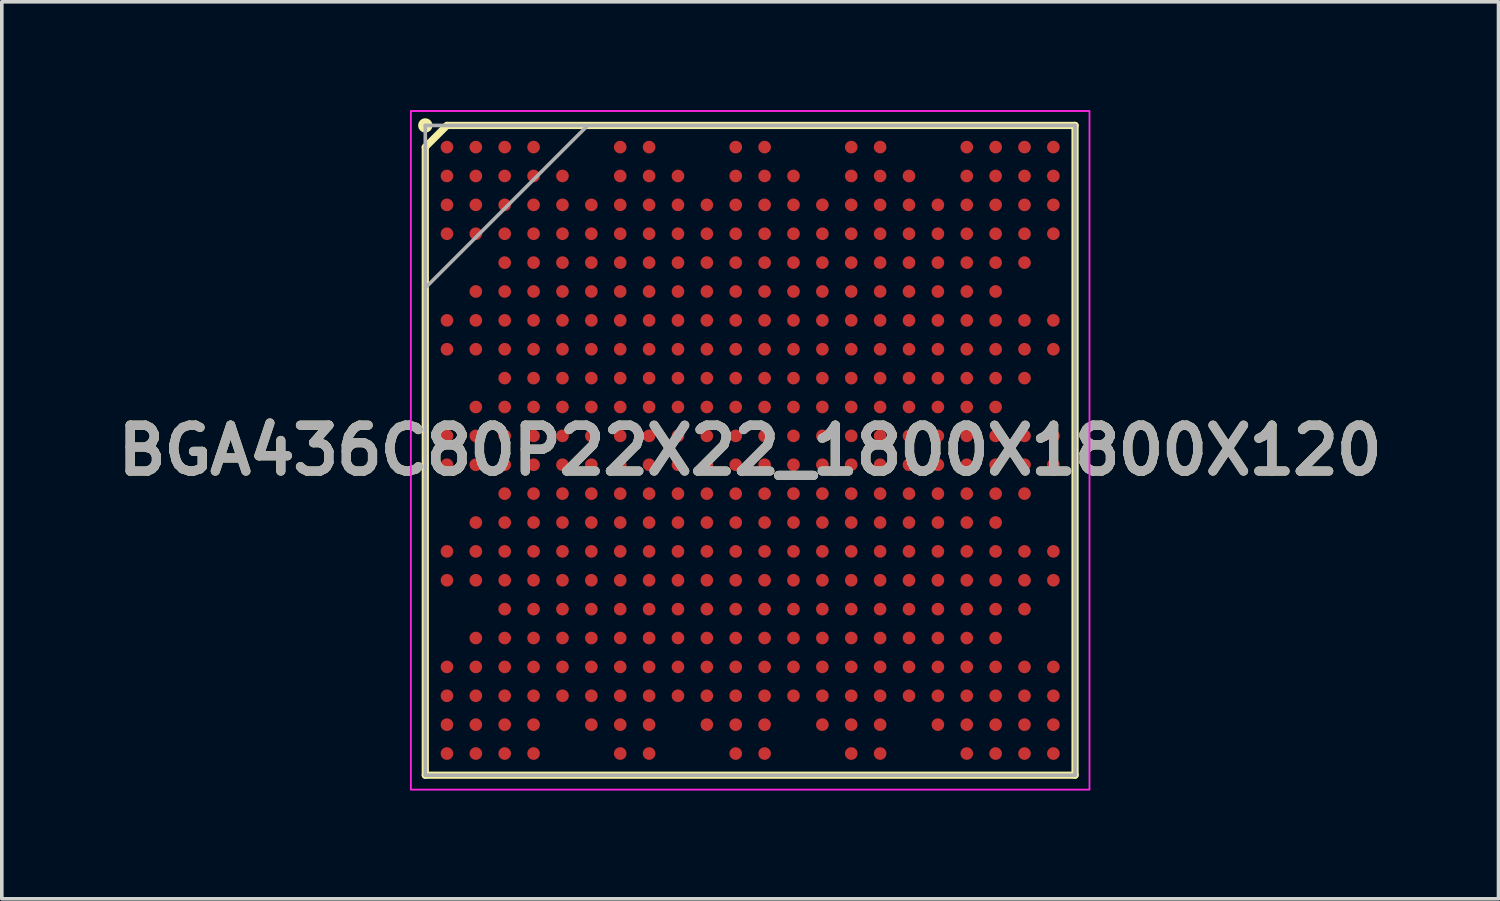
<source format=kicad_pcb>
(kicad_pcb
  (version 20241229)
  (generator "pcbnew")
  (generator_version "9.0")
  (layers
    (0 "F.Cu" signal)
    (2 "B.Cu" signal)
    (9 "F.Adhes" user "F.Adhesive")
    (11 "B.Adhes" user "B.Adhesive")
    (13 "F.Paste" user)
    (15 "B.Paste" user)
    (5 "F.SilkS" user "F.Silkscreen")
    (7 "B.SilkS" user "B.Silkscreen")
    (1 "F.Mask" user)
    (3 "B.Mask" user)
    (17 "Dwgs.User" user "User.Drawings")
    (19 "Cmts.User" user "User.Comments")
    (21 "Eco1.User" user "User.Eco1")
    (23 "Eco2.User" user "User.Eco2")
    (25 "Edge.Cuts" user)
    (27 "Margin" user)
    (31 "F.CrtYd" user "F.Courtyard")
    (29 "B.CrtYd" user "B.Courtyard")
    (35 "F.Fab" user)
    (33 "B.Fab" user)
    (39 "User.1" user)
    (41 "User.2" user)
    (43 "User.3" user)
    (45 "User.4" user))
  (footprint "BGA436C80P22X22_1800X1800X120"
    (layer "F.Cu")
    (at 17.732 9.425)
    (property "Reference" "BGA436C80P22X22_1800X1800X120" (at 0 0 0) (layer "F.SilkS") (effects (font (size 1.27 1.27) (thickness 0.254))))
    (attr smd)
    (fp_line (start -9 -8.4) (end -8.4 -9) (stroke (width 0.2) (type solid)) (layer "F.SilkS"))
    (fp_line (start -9 9) (end -9 -8.4) (stroke (width 0.2) (type solid)) (layer "F.SilkS"))
    (fp_line (start -8.4 -9) (end 9 -9) (stroke (width 0.2) (type solid)) (layer "F.SilkS"))
    (fp_line (start 9 -9) (end 9 9) (stroke (width 0.2) (type solid)) (layer "F.SilkS"))
    (fp_line (start 9 9) (end -9 9) (stroke (width 0.2) (type solid)) (layer "F.SilkS"))
    (fp_circle (center -9 -9) (end -9 -8.9) (stroke (width 0.2) (type solid)) (fill no) (layer "F.SilkS"))
    (fp_rect (start -9.4 -9.4) (end 9.4 9.4) (stroke (width 0.05) (type default)) (fill no) (layer "F.CrtYd"))
    (fp_line (start -9 -9) (end 9 -9) (stroke (width 0.1) (type solid)) (layer "F.Fab"))
    (fp_line (start -9 -4.5) (end -4.5 -9) (stroke (width 0.1) (type solid)) (layer "F.Fab"))
    (fp_line (start -9 9) (end -9 -9) (stroke (width 0.1) (type solid)) (layer "F.Fab"))
    (fp_line (start 9 -9) (end 9 9) (stroke (width 0.1) (type solid)) (layer "F.Fab"))
    (fp_line (start 9 9) (end -9 9) (stroke (width 0.1) (type solid)) (layer "F.Fab"))
    (fp_text user "${REFERENCE}" (at 0 0 0) (layer "F.Fab") (effects (font (size 1.27 1.27) (thickness 0.254))))
    (pad "A1" smd circle (at -8.4 -8.4 90) (size 0.35 0.35) (layers "F.Cu" "F.Mask" "F.Paste"))
    (pad "A2" smd circle (at -7.6 -8.4 90) (size 0.35 0.35) (layers "F.Cu" "F.Mask" "F.Paste"))
    (pad "A3" smd circle (at -6.8 -8.4 90) (size 0.35 0.35) (layers "F.Cu" "F.Mask" "F.Paste"))
    (pad "A4" smd circle (at -6 -8.4 90) (size 0.35 0.35) (layers "F.Cu" "F.Mask" "F.Paste"))
    (pad "A7" smd circle (at -3.6 -8.4 90) (size 0.35 0.35) (layers "F.Cu" "F.Mask" "F.Paste"))
    (pad "A8" smd circle (at -2.8 -8.4 90) (size 0.35 0.35) (layers "F.Cu" "F.Mask" "F.Paste"))
    (pad "A11" smd circle (at -0.4 -8.4 90) (size 0.35 0.35) (layers "F.Cu" "F.Mask" "F.Paste"))
    (pad "A12" smd circle (at 0.4 -8.4 90) (size 0.35 0.35) (layers "F.Cu" "F.Mask" "F.Paste"))
    (pad "A15" smd circle (at 2.8 -8.4 90) (size 0.35 0.35) (layers "F.Cu" "F.Mask" "F.Paste"))
    (pad "A16" smd circle (at 3.6 -8.4 90) (size 0.35 0.35) (layers "F.Cu" "F.Mask" "F.Paste"))
    (pad "A19" smd circle (at 6 -8.4 90) (size 0.35 0.35) (layers "F.Cu" "F.Mask" "F.Paste"))
    (pad "A20" smd circle (at 6.8 -8.4 90) (size 0.35 0.35) (layers "F.Cu" "F.Mask" "F.Paste"))
    (pad "A21" smd circle (at 7.6 -8.4 90) (size 0.35 0.35) (layers "F.Cu" "F.Mask" "F.Paste"))
    (pad "A22" smd circle (at 8.4 -8.4 90) (size 0.35 0.35) (layers "F.Cu" "F.Mask" "F.Paste"))
    (pad "AA1" smd circle (at -8.4 7.6 90) (size 0.35 0.35) (layers "F.Cu" "F.Mask" "F.Paste"))
    (pad "AA2" smd circle (at -7.6 7.6 90) (size 0.35 0.35) (layers "F.Cu" "F.Mask" "F.Paste"))
    (pad "AA3" smd circle (at -6.8 7.6 90) (size 0.35 0.35) (layers "F.Cu" "F.Mask" "F.Paste"))
    (pad "AA4" smd circle (at -6 7.6 90) (size 0.35 0.35) (layers "F.Cu" "F.Mask" "F.Paste"))
    (pad "AA6" smd circle (at -4.4 7.6 90) (size 0.35 0.35) (layers "F.Cu" "F.Mask" "F.Paste"))
    (pad "AA7" smd circle (at -3.6 7.6 90) (size 0.35 0.35) (layers "F.Cu" "F.Mask" "F.Paste"))
    (pad "AA8" smd circle (at -2.8 7.6 90) (size 0.35 0.35) (layers "F.Cu" "F.Mask" "F.Paste"))
    (pad "AA10" smd circle (at -1.2 7.6 90) (size 0.35 0.35) (layers "F.Cu" "F.Mask" "F.Paste"))
    (pad "AA11" smd circle (at -0.4 7.6 90) (size 0.35 0.35) (layers "F.Cu" "F.Mask" "F.Paste"))
    (pad "AA12" smd circle (at 0.4 7.6 90) (size 0.35 0.35) (layers "F.Cu" "F.Mask" "F.Paste"))
    (pad "AA14" smd circle (at 2 7.6 90) (size 0.35 0.35) (layers "F.Cu" "F.Mask" "F.Paste"))
    (pad "AA15" smd circle (at 2.8 7.6 90) (size 0.35 0.35) (layers "F.Cu" "F.Mask" "F.Paste"))
    (pad "AA16" smd circle (at 3.6 7.6 90) (size 0.35 0.35) (layers "F.Cu" "F.Mask" "F.Paste"))
    (pad "AA18" smd circle (at 5.2 7.6 90) (size 0.35 0.35) (layers "F.Cu" "F.Mask" "F.Paste"))
    (pad "AA19" smd circle (at 6 7.6 90) (size 0.35 0.35) (layers "F.Cu" "F.Mask" "F.Paste"))
    (pad "AA20" smd circle (at 6.8 7.6 90) (size 0.35 0.35) (layers "F.Cu" "F.Mask" "F.Paste"))
    (pad "AA21" smd circle (at 7.6 7.6 90) (size 0.35 0.35) (layers "F.Cu" "F.Mask" "F.Paste"))
    (pad "AA22" smd circle (at 8.4 7.6 90) (size 0.35 0.35) (layers "F.Cu" "F.Mask" "F.Paste"))
    (pad "AB1" smd circle (at -8.4 8.4 90) (size 0.35 0.35) (layers "F.Cu" "F.Mask" "F.Paste"))
    (pad "AB2" smd circle (at -7.6 8.4 90) (size 0.35 0.35) (layers "F.Cu" "F.Mask" "F.Paste"))
    (pad "AB3" smd circle (at -6.8 8.4 90) (size 0.35 0.35) (layers "F.Cu" "F.Mask" "F.Paste"))
    (pad "AB4" smd circle (at -6 8.4 90) (size 0.35 0.35) (layers "F.Cu" "F.Mask" "F.Paste"))
    (pad "AB7" smd circle (at -3.6 8.4 90) (size 0.35 0.35) (layers "F.Cu" "F.Mask" "F.Paste"))
    (pad "AB8" smd circle (at -2.8 8.4 90) (size 0.35 0.35) (layers "F.Cu" "F.Mask" "F.Paste"))
    (pad "AB11" smd circle (at -0.4 8.4 90) (size 0.35 0.35) (layers "F.Cu" "F.Mask" "F.Paste"))
    (pad "AB12" smd circle (at 0.4 8.4 90) (size 0.35 0.35) (layers "F.Cu" "F.Mask" "F.Paste"))
    (pad "AB15" smd circle (at 2.8 8.4 90) (size 0.35 0.35) (layers "F.Cu" "F.Mask" "F.Paste"))
    (pad "AB16" smd circle (at 3.6 8.4 90) (size 0.35 0.35) (layers "F.Cu" "F.Mask" "F.Paste"))
    (pad "AB19" smd circle (at 6 8.4 90) (size 0.35 0.35) (layers "F.Cu" "F.Mask" "F.Paste"))
    (pad "AB20" smd circle (at 6.8 8.4 90) (size 0.35 0.35) (layers "F.Cu" "F.Mask" "F.Paste"))
    (pad "AB21" smd circle (at 7.6 8.4 90) (size 0.35 0.35) (layers "F.Cu" "F.Mask" "F.Paste"))
    (pad "AB22" smd circle (at 8.4 8.4 90) (size 0.35 0.35) (layers "F.Cu" "F.Mask" "F.Paste"))
    (pad "B1" smd circle (at -8.4 -7.6 90) (size 0.35 0.35) (layers "F.Cu" "F.Mask" "F.Paste"))
    (pad "B2" smd circle (at -7.6 -7.6 90) (size 0.35 0.35) (layers "F.Cu" "F.Mask" "F.Paste"))
    (pad "B3" smd circle (at -6.8 -7.6 90) (size 0.35 0.35) (layers "F.Cu" "F.Mask" "F.Paste"))
    (pad "B4" smd circle (at -6 -7.6 90) (size 0.35 0.35) (layers "F.Cu" "F.Mask" "F.Paste"))
    (pad "B5" smd circle (at -5.2 -7.6 90) (size 0.35 0.35) (layers "F.Cu" "F.Mask" "F.Paste"))
    (pad "B7" smd circle (at -3.6 -7.6 90) (size 0.35 0.35) (layers "F.Cu" "F.Mask" "F.Paste"))
    (pad "B8" smd circle (at -2.8 -7.6 90) (size 0.35 0.35) (layers "F.Cu" "F.Mask" "F.Paste"))
    (pad "B9" smd circle (at -2 -7.6 90) (size 0.35 0.35) (layers "F.Cu" "F.Mask" "F.Paste"))
    (pad "B11" smd circle (at -0.4 -7.6 90) (size 0.35 0.35) (layers "F.Cu" "F.Mask" "F.Paste"))
    (pad "B12" smd circle (at 0.4 -7.6 90) (size 0.35 0.35) (layers "F.Cu" "F.Mask" "F.Paste"))
    (pad "B13" smd circle (at 1.2 -7.6 90) (size 0.35 0.35) (layers "F.Cu" "F.Mask" "F.Paste"))
    (pad "B15" smd circle (at 2.8 -7.6 90) (size 0.35 0.35) (layers "F.Cu" "F.Mask" "F.Paste"))
    (pad "B16" smd circle (at 3.6 -7.6 90) (size 0.35 0.35) (layers "F.Cu" "F.Mask" "F.Paste"))
    (pad "B17" smd circle (at 4.4 -7.6 90) (size 0.35 0.35) (layers "F.Cu" "F.Mask" "F.Paste"))
    (pad "B19" smd circle (at 6 -7.6 90) (size 0.35 0.35) (layers "F.Cu" "F.Mask" "F.Paste"))
    (pad "B20" smd circle (at 6.8 -7.6 90) (size 0.35 0.35) (layers "F.Cu" "F.Mask" "F.Paste"))
    (pad "B21" smd circle (at 7.6 -7.6 90) (size 0.35 0.35) (layers "F.Cu" "F.Mask" "F.Paste"))
    (pad "B22" smd circle (at 8.4 -7.6 90) (size 0.35 0.35) (layers "F.Cu" "F.Mask" "F.Paste"))
    (pad "C1" smd circle (at -8.4 -6.8 90) (size 0.35 0.35) (layers "F.Cu" "F.Mask" "F.Paste"))
    (pad "C2" smd circle (at -7.6 -6.8 90) (size 0.35 0.35) (layers "F.Cu" "F.Mask" "F.Paste"))
    (pad "C3" smd circle (at -6.8 -6.8 90) (size 0.35 0.35) (layers "F.Cu" "F.Mask" "F.Paste"))
    (pad "C4" smd circle (at -6 -6.8 90) (size 0.35 0.35) (layers "F.Cu" "F.Mask" "F.Paste"))
    (pad "C5" smd circle (at -5.2 -6.8 90) (size 0.35 0.35) (layers "F.Cu" "F.Mask" "F.Paste"))
    (pad "C6" smd circle (at -4.4 -6.8 90) (size 0.35 0.35) (layers "F.Cu" "F.Mask" "F.Paste"))
    (pad "C7" smd circle (at -3.6 -6.8 90) (size 0.35 0.35) (layers "F.Cu" "F.Mask" "F.Paste"))
    (pad "C8" smd circle (at -2.8 -6.8 90) (size 0.35 0.35) (layers "F.Cu" "F.Mask" "F.Paste"))
    (pad "C9" smd circle (at -2 -6.8 90) (size 0.35 0.35) (layers "F.Cu" "F.Mask" "F.Paste"))
    (pad "C10" smd circle (at -1.2 -6.8 90) (size 0.35 0.35) (layers "F.Cu" "F.Mask" "F.Paste"))
    (pad "C11" smd circle (at -0.4 -6.8 90) (size 0.35 0.35) (layers "F.Cu" "F.Mask" "F.Paste"))
    (pad "C12" smd circle (at 0.4 -6.8 90) (size 0.35 0.35) (layers "F.Cu" "F.Mask" "F.Paste"))
    (pad "C13" smd circle (at 1.2 -6.8 90) (size 0.35 0.35) (layers "F.Cu" "F.Mask" "F.Paste"))
    (pad "C14" smd circle (at 2 -6.8 90) (size 0.35 0.35) (layers "F.Cu" "F.Mask" "F.Paste"))
    (pad "C15" smd circle (at 2.8 -6.8 90) (size 0.35 0.35) (layers "F.Cu" "F.Mask" "F.Paste"))
    (pad "C16" smd circle (at 3.6 -6.8 90) (size 0.35 0.35) (layers "F.Cu" "F.Mask" "F.Paste"))
    (pad "C17" smd circle (at 4.4 -6.8 90) (size 0.35 0.35) (layers "F.Cu" "F.Mask" "F.Paste"))
    (pad "C18" smd circle (at 5.2 -6.8 90) (size 0.35 0.35) (layers "F.Cu" "F.Mask" "F.Paste"))
    (pad "C19" smd circle (at 6 -6.8 90) (size 0.35 0.35) (layers "F.Cu" "F.Mask" "F.Paste"))
    (pad "C20" smd circle (at 6.8 -6.8 90) (size 0.35 0.35) (layers "F.Cu" "F.Mask" "F.Paste"))
    (pad "C21" smd circle (at 7.6 -6.8 90) (size 0.35 0.35) (layers "F.Cu" "F.Mask" "F.Paste"))
    (pad "C22" smd circle (at 8.4 -6.8 90) (size 0.35 0.35) (layers "F.Cu" "F.Mask" "F.Paste"))
    (pad "D1" smd circle (at -8.4 -6 90) (size 0.35 0.35) (layers "F.Cu" "F.Mask" "F.Paste"))
    (pad "D2" smd circle (at -7.6 -6 90) (size 0.35 0.35) (layers "F.Cu" "F.Mask" "F.Paste"))
    (pad "D3" smd circle (at -6.8 -6 90) (size 0.35 0.35) (layers "F.Cu" "F.Mask" "F.Paste"))
    (pad "D4" smd circle (at -6 -6 90) (size 0.35 0.35) (layers "F.Cu" "F.Mask" "F.Paste"))
    (pad "D5" smd circle (at -5.2 -6 90) (size 0.35 0.35) (layers "F.Cu" "F.Mask" "F.Paste"))
    (pad "D6" smd circle (at -4.4 -6 90) (size 0.35 0.35) (layers "F.Cu" "F.Mask" "F.Paste"))
    (pad "D7" smd circle (at -3.6 -6 90) (size 0.35 0.35) (layers "F.Cu" "F.Mask" "F.Paste"))
    (pad "D8" smd circle (at -2.8 -6 90) (size 0.35 0.35) (layers "F.Cu" "F.Mask" "F.Paste"))
    (pad "D9" smd circle (at -2 -6 90) (size 0.35 0.35) (layers "F.Cu" "F.Mask" "F.Paste"))
    (pad "D10" smd circle (at -1.2 -6 90) (size 0.35 0.35) (layers "F.Cu" "F.Mask" "F.Paste"))
    (pad "D11" smd circle (at -0.4 -6 90) (size 0.35 0.35) (layers "F.Cu" "F.Mask" "F.Paste"))
    (pad "D12" smd circle (at 0.4 -6 90) (size 0.35 0.35) (layers "F.Cu" "F.Mask" "F.Paste"))
    (pad "D13" smd circle (at 1.2 -6 90) (size 0.35 0.35) (layers "F.Cu" "F.Mask" "F.Paste"))
    (pad "D14" smd circle (at 2 -6 90) (size 0.35 0.35) (layers "F.Cu" "F.Mask" "F.Paste"))
    (pad "D15" smd circle (at 2.8 -6 90) (size 0.35 0.35) (layers "F.Cu" "F.Mask" "F.Paste"))
    (pad "D16" smd circle (at 3.6 -6 90) (size 0.35 0.35) (layers "F.Cu" "F.Mask" "F.Paste"))
    (pad "D17" smd circle (at 4.4 -6 90) (size 0.35 0.35) (layers "F.Cu" "F.Mask" "F.Paste"))
    (pad "D18" smd circle (at 5.2 -6 90) (size 0.35 0.35) (layers "F.Cu" "F.Mask" "F.Paste"))
    (pad "D19" smd circle (at 6 -6 90) (size 0.35 0.35) (layers "F.Cu" "F.Mask" "F.Paste"))
    (pad "D20" smd circle (at 6.8 -6 90) (size 0.35 0.35) (layers "F.Cu" "F.Mask" "F.Paste"))
    (pad "D21" smd circle (at 7.6 -6 90) (size 0.35 0.35) (layers "F.Cu" "F.Mask" "F.Paste"))
    (pad "D22" smd circle (at 8.4 -6 90) (size 0.35 0.35) (layers "F.Cu" "F.Mask" "F.Paste"))
    (pad "E3" smd circle (at -6.8 -5.2 90) (size 0.35 0.35) (layers "F.Cu" "F.Mask" "F.Paste"))
    (pad "E4" smd circle (at -6 -5.2 90) (size 0.35 0.35) (layers "F.Cu" "F.Mask" "F.Paste"))
    (pad "E5" smd circle (at -5.2 -5.2 90) (size 0.35 0.35) (layers "F.Cu" "F.Mask" "F.Paste"))
    (pad "E6" smd circle (at -4.4 -5.2 90) (size 0.35 0.35) (layers "F.Cu" "F.Mask" "F.Paste"))
    (pad "E7" smd circle (at -3.6 -5.2 90) (size 0.35 0.35) (layers "F.Cu" "F.Mask" "F.Paste"))
    (pad "E8" smd circle (at -2.8 -5.2 90) (size 0.35 0.35) (layers "F.Cu" "F.Mask" "F.Paste"))
    (pad "E9" smd circle (at -2 -5.2 90) (size 0.35 0.35) (layers "F.Cu" "F.Mask" "F.Paste"))
    (pad "E10" smd circle (at -1.2 -5.2 90) (size 0.35 0.35) (layers "F.Cu" "F.Mask" "F.Paste"))
    (pad "E11" smd circle (at -0.4 -5.2 90) (size 0.35 0.35) (layers "F.Cu" "F.Mask" "F.Paste"))
    (pad "E12" smd circle (at 0.4 -5.2 90) (size 0.35 0.35) (layers "F.Cu" "F.Mask" "F.Paste"))
    (pad "E13" smd circle (at 1.2 -5.2 90) (size 0.35 0.35) (layers "F.Cu" "F.Mask" "F.Paste"))
    (pad "E14" smd circle (at 2 -5.2 90) (size 0.35 0.35) (layers "F.Cu" "F.Mask" "F.Paste"))
    (pad "E15" smd circle (at 2.8 -5.2 90) (size 0.35 0.35) (layers "F.Cu" "F.Mask" "F.Paste"))
    (pad "E16" smd circle (at 3.6 -5.2 90) (size 0.35 0.35) (layers "F.Cu" "F.Mask" "F.Paste"))
    (pad "E17" smd circle (at 4.4 -5.2 90) (size 0.35 0.35) (layers "F.Cu" "F.Mask" "F.Paste"))
    (pad "E18" smd circle (at 5.2 -5.2 90) (size 0.35 0.35) (layers "F.Cu" "F.Mask" "F.Paste"))
    (pad "E19" smd circle (at 6 -5.2 90) (size 0.35 0.35) (layers "F.Cu" "F.Mask" "F.Paste"))
    (pad "E20" smd circle (at 6.8 -5.2 90) (size 0.35 0.35) (layers "F.Cu" "F.Mask" "F.Paste"))
    (pad "E21" smd circle (at 7.6 -5.2 90) (size 0.35 0.35) (layers "F.Cu" "F.Mask" "F.Paste"))
    (pad "F2" smd circle (at -7.6 -4.4 90) (size 0.35 0.35) (layers "F.Cu" "F.Mask" "F.Paste"))
    (pad "F3" smd circle (at -6.8 -4.4 90) (size 0.35 0.35) (layers "F.Cu" "F.Mask" "F.Paste"))
    (pad "F4" smd circle (at -6 -4.4 90) (size 0.35 0.35) (layers "F.Cu" "F.Mask" "F.Paste"))
    (pad "F5" smd circle (at -5.2 -4.4 90) (size 0.35 0.35) (layers "F.Cu" "F.Mask" "F.Paste"))
    (pad "F6" smd circle (at -4.4 -4.4 90) (size 0.35 0.35) (layers "F.Cu" "F.Mask" "F.Paste"))
    (pad "F7" smd circle (at -3.6 -4.4 90) (size 0.35 0.35) (layers "F.Cu" "F.Mask" "F.Paste"))
    (pad "F8" smd circle (at -2.8 -4.4 90) (size 0.35 0.35) (layers "F.Cu" "F.Mask" "F.Paste"))
    (pad "F9" smd circle (at -2 -4.4 90) (size 0.35 0.35) (layers "F.Cu" "F.Mask" "F.Paste"))
    (pad "F10" smd circle (at -1.2 -4.4 90) (size 0.35 0.35) (layers "F.Cu" "F.Mask" "F.Paste"))
    (pad "F11" smd circle (at -0.4 -4.4 90) (size 0.35 0.35) (layers "F.Cu" "F.Mask" "F.Paste"))
    (pad "F12" smd circle (at 0.4 -4.4 90) (size 0.35 0.35) (layers "F.Cu" "F.Mask" "F.Paste"))
    (pad "F13" smd circle (at 1.2 -4.4 90) (size 0.35 0.35) (layers "F.Cu" "F.Mask" "F.Paste"))
    (pad "F14" smd circle (at 2 -4.4 90) (size 0.35 0.35) (layers "F.Cu" "F.Mask" "F.Paste"))
    (pad "F15" smd circle (at 2.8 -4.4 90) (size 0.35 0.35) (layers "F.Cu" "F.Mask" "F.Paste"))
    (pad "F16" smd circle (at 3.6 -4.4 90) (size 0.35 0.35) (layers "F.Cu" "F.Mask" "F.Paste"))
    (pad "F17" smd circle (at 4.4 -4.4 90) (size 0.35 0.35) (layers "F.Cu" "F.Mask" "F.Paste"))
    (pad "F18" smd circle (at 5.2 -4.4 90) (size 0.35 0.35) (layers "F.Cu" "F.Mask" "F.Paste"))
    (pad "F19" smd circle (at 6 -4.4 90) (size 0.35 0.35) (layers "F.Cu" "F.Mask" "F.Paste"))
    (pad "F20" smd circle (at 6.8 -4.4 90) (size 0.35 0.35) (layers "F.Cu" "F.Mask" "F.Paste"))
    (pad "G1" smd circle (at -8.4 -3.6 90) (size 0.35 0.35) (layers "F.Cu" "F.Mask" "F.Paste"))
    (pad "G2" smd circle (at -7.6 -3.6 90) (size 0.35 0.35) (layers "F.Cu" "F.Mask" "F.Paste"))
    (pad "G3" smd circle (at -6.8 -3.6 90) (size 0.35 0.35) (layers "F.Cu" "F.Mask" "F.Paste"))
    (pad "G4" smd circle (at -6 -3.6 90) (size 0.35 0.35) (layers "F.Cu" "F.Mask" "F.Paste"))
    (pad "G5" smd circle (at -5.2 -3.6 90) (size 0.35 0.35) (layers "F.Cu" "F.Mask" "F.Paste"))
    (pad "G6" smd circle (at -4.4 -3.6 90) (size 0.35 0.35) (layers "F.Cu" "F.Mask" "F.Paste"))
    (pad "G7" smd circle (at -3.6 -3.6 90) (size 0.35 0.35) (layers "F.Cu" "F.Mask" "F.Paste"))
    (pad "G8" smd circle (at -2.8 -3.6 90) (size 0.35 0.35) (layers "F.Cu" "F.Mask" "F.Paste"))
    (pad "G9" smd circle (at -2 -3.6 90) (size 0.35 0.35) (layers "F.Cu" "F.Mask" "F.Paste"))
    (pad "G10" smd circle (at -1.2 -3.6 90) (size 0.35 0.35) (layers "F.Cu" "F.Mask" "F.Paste"))
    (pad "G11" smd circle (at -0.4 -3.6 90) (size 0.35 0.35) (layers "F.Cu" "F.Mask" "F.Paste"))
    (pad "G12" smd circle (at 0.4 -3.6 90) (size 0.35 0.35) (layers "F.Cu" "F.Mask" "F.Paste"))
    (pad "G13" smd circle (at 1.2 -3.6 90) (size 0.35 0.35) (layers "F.Cu" "F.Mask" "F.Paste"))
    (pad "G14" smd circle (at 2 -3.6 90) (size 0.35 0.35) (layers "F.Cu" "F.Mask" "F.Paste"))
    (pad "G15" smd circle (at 2.8 -3.6 90) (size 0.35 0.35) (layers "F.Cu" "F.Mask" "F.Paste"))
    (pad "G16" smd circle (at 3.6 -3.6 90) (size 0.35 0.35) (layers "F.Cu" "F.Mask" "F.Paste"))
    (pad "G17" smd circle (at 4.4 -3.6 90) (size 0.35 0.35) (layers "F.Cu" "F.Mask" "F.Paste"))
    (pad "G18" smd circle (at 5.2 -3.6 90) (size 0.35 0.35) (layers "F.Cu" "F.Mask" "F.Paste"))
    (pad "G19" smd circle (at 6 -3.6 90) (size 0.35 0.35) (layers "F.Cu" "F.Mask" "F.Paste"))
    (pad "G20" smd circle (at 6.8 -3.6 90) (size 0.35 0.35) (layers "F.Cu" "F.Mask" "F.Paste"))
    (pad "G21" smd circle (at 7.6 -3.6 90) (size 0.35 0.35) (layers "F.Cu" "F.Mask" "F.Paste"))
    (pad "G22" smd circle (at 8.4 -3.6 90) (size 0.35 0.35) (layers "F.Cu" "F.Mask" "F.Paste"))
    (pad "H1" smd circle (at -8.4 -2.8 90) (size 0.35 0.35) (layers "F.Cu" "F.Mask" "F.Paste"))
    (pad "H2" smd circle (at -7.6 -2.8 90) (size 0.35 0.35) (layers "F.Cu" "F.Mask" "F.Paste"))
    (pad "H3" smd circle (at -6.8 -2.8 90) (size 0.35 0.35) (layers "F.Cu" "F.Mask" "F.Paste"))
    (pad "H4" smd circle (at -6 -2.8 90) (size 0.35 0.35) (layers "F.Cu" "F.Mask" "F.Paste"))
    (pad "H5" smd circle (at -5.2 -2.8 90) (size 0.35 0.35) (layers "F.Cu" "F.Mask" "F.Paste"))
    (pad "H6" smd circle (at -4.4 -2.8 90) (size 0.35 0.35) (layers "F.Cu" "F.Mask" "F.Paste"))
    (pad "H7" smd circle (at -3.6 -2.8 90) (size 0.35 0.35) (layers "F.Cu" "F.Mask" "F.Paste"))
    (pad "H8" smd circle (at -2.8 -2.8 90) (size 0.35 0.35) (layers "F.Cu" "F.Mask" "F.Paste"))
    (pad "H9" smd circle (at -2 -2.8 90) (size 0.35 0.35) (layers "F.Cu" "F.Mask" "F.Paste"))
    (pad "H10" smd circle (at -1.2 -2.8 90) (size 0.35 0.35) (layers "F.Cu" "F.Mask" "F.Paste"))
    (pad "H11" smd circle (at -0.4 -2.8 90) (size 0.35 0.35) (layers "F.Cu" "F.Mask" "F.Paste"))
    (pad "H12" smd circle (at 0.4 -2.8 90) (size 0.35 0.35) (layers "F.Cu" "F.Mask" "F.Paste"))
    (pad "H13" smd circle (at 1.2 -2.8 90) (size 0.35 0.35) (layers "F.Cu" "F.Mask" "F.Paste"))
    (pad "H14" smd circle (at 2 -2.8 90) (size 0.35 0.35) (layers "F.Cu" "F.Mask" "F.Paste"))
    (pad "H15" smd circle (at 2.8 -2.8 90) (size 0.35 0.35) (layers "F.Cu" "F.Mask" "F.Paste"))
    (pad "H16" smd circle (at 3.6 -2.8 90) (size 0.35 0.35) (layers "F.Cu" "F.Mask" "F.Paste"))
    (pad "H17" smd circle (at 4.4 -2.8 90) (size 0.35 0.35) (layers "F.Cu" "F.Mask" "F.Paste"))
    (pad "H18" smd circle (at 5.2 -2.8 90) (size 0.35 0.35) (layers "F.Cu" "F.Mask" "F.Paste"))
    (pad "H19" smd circle (at 6 -2.8 90) (size 0.35 0.35) (layers "F.Cu" "F.Mask" "F.Paste"))
    (pad "H20" smd circle (at 6.8 -2.8 90) (size 0.35 0.35) (layers "F.Cu" "F.Mask" "F.Paste"))
    (pad "H21" smd circle (at 7.6 -2.8 90) (size 0.35 0.35) (layers "F.Cu" "F.Mask" "F.Paste"))
    (pad "H22" smd circle (at 8.4 -2.8 90) (size 0.35 0.35) (layers "F.Cu" "F.Mask" "F.Paste"))
    (pad "J3" smd circle (at -6.8 -2 90) (size 0.35 0.35) (layers "F.Cu" "F.Mask" "F.Paste"))
    (pad "J4" smd circle (at -6 -2 90) (size 0.35 0.35) (layers "F.Cu" "F.Mask" "F.Paste"))
    (pad "J5" smd circle (at -5.2 -2 90) (size 0.35 0.35) (layers "F.Cu" "F.Mask" "F.Paste"))
    (pad "J6" smd circle (at -4.4 -2 90) (size 0.35 0.35) (layers "F.Cu" "F.Mask" "F.Paste"))
    (pad "J7" smd circle (at -3.6 -2 90) (size 0.35 0.35) (layers "F.Cu" "F.Mask" "F.Paste"))
    (pad "J8" smd circle (at -2.8 -2 90) (size 0.35 0.35) (layers "F.Cu" "F.Mask" "F.Paste"))
    (pad "J9" smd circle (at -2 -2 90) (size 0.35 0.35) (layers "F.Cu" "F.Mask" "F.Paste"))
    (pad "J10" smd circle (at -1.2 -2 90) (size 0.35 0.35) (layers "F.Cu" "F.Mask" "F.Paste"))
    (pad "J11" smd circle (at -0.4 -2 90) (size 0.35 0.35) (layers "F.Cu" "F.Mask" "F.Paste"))
    (pad "J12" smd circle (at 0.4 -2 90) (size 0.35 0.35) (layers "F.Cu" "F.Mask" "F.Paste"))
    (pad "J13" smd circle (at 1.2 -2 90) (size 0.35 0.35) (layers "F.Cu" "F.Mask" "F.Paste"))
    (pad "J14" smd circle (at 2 -2 90) (size 0.35 0.35) (layers "F.Cu" "F.Mask" "F.Paste"))
    (pad "J15" smd circle (at 2.8 -2 90) (size 0.35 0.35) (layers "F.Cu" "F.Mask" "F.Paste"))
    (pad "J16" smd circle (at 3.6 -2 90) (size 0.35 0.35) (layers "F.Cu" "F.Mask" "F.Paste"))
    (pad "J17" smd circle (at 4.4 -2 90) (size 0.35 0.35) (layers "F.Cu" "F.Mask" "F.Paste"))
    (pad "J18" smd circle (at 5.2 -2 90) (size 0.35 0.35) (layers "F.Cu" "F.Mask" "F.Paste"))
    (pad "J19" smd circle (at 6 -2 90) (size 0.35 0.35) (layers "F.Cu" "F.Mask" "F.Paste"))
    (pad "J20" smd circle (at 6.8 -2 90) (size 0.35 0.35) (layers "F.Cu" "F.Mask" "F.Paste"))
    (pad "J21" smd circle (at 7.6 -2 90) (size 0.35 0.35) (layers "F.Cu" "F.Mask" "F.Paste"))
    (pad "K2" smd circle (at -7.6 -1.2 90) (size 0.35 0.35) (layers "F.Cu" "F.Mask" "F.Paste"))
    (pad "K3" smd circle (at -6.8 -1.2 90) (size 0.35 0.35) (layers "F.Cu" "F.Mask" "F.Paste"))
    (pad "K4" smd circle (at -6 -1.2 90) (size 0.35 0.35) (layers "F.Cu" "F.Mask" "F.Paste"))
    (pad "K5" smd circle (at -5.2 -1.2 90) (size 0.35 0.35) (layers "F.Cu" "F.Mask" "F.Paste"))
    (pad "K6" smd circle (at -4.4 -1.2 90) (size 0.35 0.35) (layers "F.Cu" "F.Mask" "F.Paste"))
    (pad "K7" smd circle (at -3.6 -1.2 90) (size 0.35 0.35) (layers "F.Cu" "F.Mask" "F.Paste"))
    (pad "K8" smd circle (at -2.8 -1.2 90) (size 0.35 0.35) (layers "F.Cu" "F.Mask" "F.Paste"))
    (pad "K9" smd circle (at -2 -1.2 90) (size 0.35 0.35) (layers "F.Cu" "F.Mask" "F.Paste"))
    (pad "K10" smd circle (at -1.2 -1.2 90) (size 0.35 0.35) (layers "F.Cu" "F.Mask" "F.Paste"))
    (pad "K11" smd circle (at -0.4 -1.2 90) (size 0.35 0.35) (layers "F.Cu" "F.Mask" "F.Paste"))
    (pad "K12" smd circle (at 0.4 -1.2 90) (size 0.35 0.35) (layers "F.Cu" "F.Mask" "F.Paste"))
    (pad "K13" smd circle (at 1.2 -1.2 90) (size 0.35 0.35) (layers "F.Cu" "F.Mask" "F.Paste"))
    (pad "K14" smd circle (at 2 -1.2 90) (size 0.35 0.35) (layers "F.Cu" "F.Mask" "F.Paste"))
    (pad "K15" smd circle (at 2.8 -1.2 90) (size 0.35 0.35) (layers "F.Cu" "F.Mask" "F.Paste"))
    (pad "K16" smd circle (at 3.6 -1.2 90) (size 0.35 0.35) (layers "F.Cu" "F.Mask" "F.Paste"))
    (pad "K17" smd circle (at 4.4 -1.2 90) (size 0.35 0.35) (layers "F.Cu" "F.Mask" "F.Paste"))
    (pad "K18" smd circle (at 5.2 -1.2 90) (size 0.35 0.35) (layers "F.Cu" "F.Mask" "F.Paste"))
    (pad "K19" smd circle (at 6 -1.2 90) (size 0.35 0.35) (layers "F.Cu" "F.Mask" "F.Paste"))
    (pad "K20" smd circle (at 6.8 -1.2 90) (size 0.35 0.35) (layers "F.Cu" "F.Mask" "F.Paste"))
    (pad "L1" smd circle (at -8.4 -0.4 90) (size 0.35 0.35) (layers "F.Cu" "F.Mask" "F.Paste"))
    (pad "L2" smd circle (at -7.6 -0.4 90) (size 0.35 0.35) (layers "F.Cu" "F.Mask" "F.Paste"))
    (pad "L3" smd circle (at -6.8 -0.4 90) (size 0.35 0.35) (layers "F.Cu" "F.Mask" "F.Paste"))
    (pad "L4" smd circle (at -6 -0.4 90) (size 0.35 0.35) (layers "F.Cu" "F.Mask" "F.Paste"))
    (pad "L5" smd circle (at -5.2 -0.4 90) (size 0.35 0.35) (layers "F.Cu" "F.Mask" "F.Paste"))
    (pad "L6" smd circle (at -4.4 -0.4 90) (size 0.35 0.35) (layers "F.Cu" "F.Mask" "F.Paste"))
    (pad "L7" smd circle (at -3.6 -0.4 90) (size 0.35 0.35) (layers "F.Cu" "F.Mask" "F.Paste"))
    (pad "L8" smd circle (at -2.8 -0.4 90) (size 0.35 0.35) (layers "F.Cu" "F.Mask" "F.Paste"))
    (pad "L9" smd circle (at -2 -0.4 90) (size 0.35 0.35) (layers "F.Cu" "F.Mask" "F.Paste"))
    (pad "L10" smd circle (at -1.2 -0.4 90) (size 0.35 0.35) (layers "F.Cu" "F.Mask" "F.Paste"))
    (pad "L11" smd circle (at -0.4 -0.4 90) (size 0.35 0.35) (layers "F.Cu" "F.Mask" "F.Paste"))
    (pad "L12" smd circle (at 0.4 -0.4 90) (size 0.35 0.35) (layers "F.Cu" "F.Mask" "F.Paste"))
    (pad "L13" smd circle (at 1.2 -0.4 90) (size 0.35 0.35) (layers "F.Cu" "F.Mask" "F.Paste"))
    (pad "L14" smd circle (at 2 -0.4 90) (size 0.35 0.35) (layers "F.Cu" "F.Mask" "F.Paste"))
    (pad "L15" smd circle (at 2.8 -0.4 90) (size 0.35 0.35) (layers "F.Cu" "F.Mask" "F.Paste"))
    (pad "L16" smd circle (at 3.6 -0.4 90) (size 0.35 0.35) (layers "F.Cu" "F.Mask" "F.Paste"))
    (pad "L17" smd circle (at 4.4 -0.4 90) (size 0.35 0.35) (layers "F.Cu" "F.Mask" "F.Paste"))
    (pad "L18" smd circle (at 5.2 -0.4 90) (size 0.35 0.35) (layers "F.Cu" "F.Mask" "F.Paste"))
    (pad "L19" smd circle (at 6 -0.4 90) (size 0.35 0.35) (layers "F.Cu" "F.Mask" "F.Paste"))
    (pad "L20" smd circle (at 6.8 -0.4 90) (size 0.35 0.35) (layers "F.Cu" "F.Mask" "F.Paste"))
    (pad "L21" smd circle (at 7.6 -0.4 90) (size 0.35 0.35) (layers "F.Cu" "F.Mask" "F.Paste"))
    (pad "L22" smd circle (at 8.4 -0.4 90) (size 0.35 0.35) (layers "F.Cu" "F.Mask" "F.Paste"))
    (pad "M1" smd circle (at -8.4 0.4 90) (size 0.35 0.35) (layers "F.Cu" "F.Mask" "F.Paste"))
    (pad "M2" smd circle (at -7.6 0.4 90) (size 0.35 0.35) (layers "F.Cu" "F.Mask" "F.Paste"))
    (pad "M3" smd circle (at -6.8 0.4 90) (size 0.35 0.35) (layers "F.Cu" "F.Mask" "F.Paste"))
    (pad "M4" smd circle (at -6 0.4 90) (size 0.35 0.35) (layers "F.Cu" "F.Mask" "F.Paste"))
    (pad "M5" smd circle (at -5.2 0.4 90) (size 0.35 0.35) (layers "F.Cu" "F.Mask" "F.Paste"))
    (pad "M6" smd circle (at -4.4 0.4 90) (size 0.35 0.35) (layers "F.Cu" "F.Mask" "F.Paste"))
    (pad "M7" smd circle (at -3.6 0.4 90) (size 0.35 0.35) (layers "F.Cu" "F.Mask" "F.Paste"))
    (pad "M8" smd circle (at -2.8 0.4 90) (size 0.35 0.35) (layers "F.Cu" "F.Mask" "F.Paste"))
    (pad "M9" smd circle (at -2 0.4 90) (size 0.35 0.35) (layers "F.Cu" "F.Mask" "F.Paste"))
    (pad "M10" smd circle (at -1.2 0.4 90) (size 0.35 0.35) (layers "F.Cu" "F.Mask" "F.Paste"))
    (pad "M11" smd circle (at -0.4 0.4 90) (size 0.35 0.35) (layers "F.Cu" "F.Mask" "F.Paste"))
    (pad "M12" smd circle (at 0.4 0.4 90) (size 0.35 0.35) (layers "F.Cu" "F.Mask" "F.Paste"))
    (pad "M13" smd circle (at 1.2 0.4 90) (size 0.35 0.35) (layers "F.Cu" "F.Mask" "F.Paste"))
    (pad "M14" smd circle (at 2 0.4 90) (size 0.35 0.35) (layers "F.Cu" "F.Mask" "F.Paste"))
    (pad "M15" smd circle (at 2.8 0.4 90) (size 0.35 0.35) (layers "F.Cu" "F.Mask" "F.Paste"))
    (pad "M16" smd circle (at 3.6 0.4 90) (size 0.35 0.35) (layers "F.Cu" "F.Mask" "F.Paste"))
    (pad "M17" smd circle (at 4.4 0.4 90) (size 0.35 0.35) (layers "F.Cu" "F.Mask" "F.Paste"))
    (pad "M18" smd circle (at 5.2 0.4 90) (size 0.35 0.35) (layers "F.Cu" "F.Mask" "F.Paste"))
    (pad "M19" smd circle (at 6 0.4 90) (size 0.35 0.35) (layers "F.Cu" "F.Mask" "F.Paste"))
    (pad "M20" smd circle (at 6.8 0.4 90) (size 0.35 0.35) (layers "F.Cu" "F.Mask" "F.Paste"))
    (pad "M21" smd circle (at 7.6 0.4 90) (size 0.35 0.35) (layers "F.Cu" "F.Mask" "F.Paste"))
    (pad "M22" smd circle (at 8.4 0.4 90) (size 0.35 0.35) (layers "F.Cu" "F.Mask" "F.Paste"))
    (pad "N3" smd circle (at -6.8 1.2 90) (size 0.35 0.35) (layers "F.Cu" "F.Mask" "F.Paste"))
    (pad "N4" smd circle (at -6 1.2 90) (size 0.35 0.35) (layers "F.Cu" "F.Mask" "F.Paste"))
    (pad "N5" smd circle (at -5.2 1.2 90) (size 0.35 0.35) (layers "F.Cu" "F.Mask" "F.Paste"))
    (pad "N6" smd circle (at -4.4 1.2 90) (size 0.35 0.35) (layers "F.Cu" "F.Mask" "F.Paste"))
    (pad "N7" smd circle (at -3.6 1.2 90) (size 0.35 0.35) (layers "F.Cu" "F.Mask" "F.Paste"))
    (pad "N8" smd circle (at -2.8 1.2 90) (size 0.35 0.35) (layers "F.Cu" "F.Mask" "F.Paste"))
    (pad "N9" smd circle (at -2 1.2 90) (size 0.35 0.35) (layers "F.Cu" "F.Mask" "F.Paste"))
    (pad "N10" smd circle (at -1.2 1.2 90) (size 0.35 0.35) (layers "F.Cu" "F.Mask" "F.Paste"))
    (pad "N11" smd circle (at -0.4 1.2 90) (size 0.35 0.35) (layers "F.Cu" "F.Mask" "F.Paste"))
    (pad "N12" smd circle (at 0.4 1.2 90) (size 0.35 0.35) (layers "F.Cu" "F.Mask" "F.Paste"))
    (pad "N13" smd circle (at 1.2 1.2 90) (size 0.35 0.35) (layers "F.Cu" "F.Mask" "F.Paste"))
    (pad "N14" smd circle (at 2 1.2 90) (size 0.35 0.35) (layers "F.Cu" "F.Mask" "F.Paste"))
    (pad "N15" smd circle (at 2.8 1.2 90) (size 0.35 0.35) (layers "F.Cu" "F.Mask" "F.Paste"))
    (pad "N16" smd circle (at 3.6 1.2 90) (size 0.35 0.35) (layers "F.Cu" "F.Mask" "F.Paste"))
    (pad "N17" smd circle (at 4.4 1.2 90) (size 0.35 0.35) (layers "F.Cu" "F.Mask" "F.Paste"))
    (pad "N18" smd circle (at 5.2 1.2 90) (size 0.35 0.35) (layers "F.Cu" "F.Mask" "F.Paste"))
    (pad "N19" smd circle (at 6 1.2 90) (size 0.35 0.35) (layers "F.Cu" "F.Mask" "F.Paste"))
    (pad "N20" smd circle (at 6.8 1.2 90) (size 0.35 0.35) (layers "F.Cu" "F.Mask" "F.Paste"))
    (pad "N21" smd circle (at 7.6 1.2 90) (size 0.35 0.35) (layers "F.Cu" "F.Mask" "F.Paste"))
    (pad "P2" smd circle (at -7.6 2 90) (size 0.35 0.35) (layers "F.Cu" "F.Mask" "F.Paste"))
    (pad "P3" smd circle (at -6.8 2 90) (size 0.35 0.35) (layers "F.Cu" "F.Mask" "F.Paste"))
    (pad "P4" smd circle (at -6 2 90) (size 0.35 0.35) (layers "F.Cu" "F.Mask" "F.Paste"))
    (pad "P5" smd circle (at -5.2 2 90) (size 0.35 0.35) (layers "F.Cu" "F.Mask" "F.Paste"))
    (pad "P6" smd circle (at -4.4 2 90) (size 0.35 0.35) (layers "F.Cu" "F.Mask" "F.Paste"))
    (pad "P7" smd circle (at -3.6 2 90) (size 0.35 0.35) (layers "F.Cu" "F.Mask" "F.Paste"))
    (pad "P8" smd circle (at -2.8 2 90) (size 0.35 0.35) (layers "F.Cu" "F.Mask" "F.Paste"))
    (pad "P9" smd circle (at -2 2 90) (size 0.35 0.35) (layers "F.Cu" "F.Mask" "F.Paste"))
    (pad "P10" smd circle (at -1.2 2 90) (size 0.35 0.35) (layers "F.Cu" "F.Mask" "F.Paste"))
    (pad "P11" smd circle (at -0.4 2 90) (size 0.35 0.35) (layers "F.Cu" "F.Mask" "F.Paste"))
    (pad "P12" smd circle (at 0.4 2 90) (size 0.35 0.35) (layers "F.Cu" "F.Mask" "F.Paste"))
    (pad "P13" smd circle (at 1.2 2 90) (size 0.35 0.35) (layers "F.Cu" "F.Mask" "F.Paste"))
    (pad "P14" smd circle (at 2 2 90) (size 0.35 0.35) (layers "F.Cu" "F.Mask" "F.Paste"))
    (pad "P15" smd circle (at 2.8 2 90) (size 0.35 0.35) (layers "F.Cu" "F.Mask" "F.Paste"))
    (pad "P16" smd circle (at 3.6 2 90) (size 0.35 0.35) (layers "F.Cu" "F.Mask" "F.Paste"))
    (pad "P17" smd circle (at 4.4 2 90) (size 0.35 0.35) (layers "F.Cu" "F.Mask" "F.Paste"))
    (pad "P18" smd circle (at 5.2 2 90) (size 0.35 0.35) (layers "F.Cu" "F.Mask" "F.Paste"))
    (pad "P19" smd circle (at 6 2 90) (size 0.35 0.35) (layers "F.Cu" "F.Mask" "F.Paste"))
    (pad "P20" smd circle (at 6.8 2 90) (size 0.35 0.35) (layers "F.Cu" "F.Mask" "F.Paste"))
    (pad "R1" smd circle (at -8.4 2.8 90) (size 0.35 0.35) (layers "F.Cu" "F.Mask" "F.Paste"))
    (pad "R2" smd circle (at -7.6 2.8 90) (size 0.35 0.35) (layers "F.Cu" "F.Mask" "F.Paste"))
    (pad "R3" smd circle (at -6.8 2.8 90) (size 0.35 0.35) (layers "F.Cu" "F.Mask" "F.Paste"))
    (pad "R4" smd circle (at -6 2.8 90) (size 0.35 0.35) (layers "F.Cu" "F.Mask" "F.Paste"))
    (pad "R5" smd circle (at -5.2 2.8 90) (size 0.35 0.35) (layers "F.Cu" "F.Mask" "F.Paste"))
    (pad "R6" smd circle (at -4.4 2.8 90) (size 0.35 0.35) (layers "F.Cu" "F.Mask" "F.Paste"))
    (pad "R7" smd circle (at -3.6 2.8 90) (size 0.35 0.35) (layers "F.Cu" "F.Mask" "F.Paste"))
    (pad "R8" smd circle (at -2.8 2.8 90) (size 0.35 0.35) (layers "F.Cu" "F.Mask" "F.Paste"))
    (pad "R9" smd circle (at -2 2.8 90) (size 0.35 0.35) (layers "F.Cu" "F.Mask" "F.Paste"))
    (pad "R10" smd circle (at -1.2 2.8 90) (size 0.35 0.35) (layers "F.Cu" "F.Mask" "F.Paste"))
    (pad "R11" smd circle (at -0.4 2.8 90) (size 0.35 0.35) (layers "F.Cu" "F.Mask" "F.Paste"))
    (pad "R12" smd circle (at 0.4 2.8 90) (size 0.35 0.35) (layers "F.Cu" "F.Mask" "F.Paste"))
    (pad "R13" smd circle (at 1.2 2.8 90) (size 0.35 0.35) (layers "F.Cu" "F.Mask" "F.Paste"))
    (pad "R14" smd circle (at 2 2.8 90) (size 0.35 0.35) (layers "F.Cu" "F.Mask" "F.Paste"))
    (pad "R15" smd circle (at 2.8 2.8 90) (size 0.35 0.35) (layers "F.Cu" "F.Mask" "F.Paste"))
    (pad "R16" smd circle (at 3.6 2.8 90) (size 0.35 0.35) (layers "F.Cu" "F.Mask" "F.Paste"))
    (pad "R17" smd circle (at 4.4 2.8 90) (size 0.35 0.35) (layers "F.Cu" "F.Mask" "F.Paste"))
    (pad "R18" smd circle (at 5.2 2.8 90) (size 0.35 0.35) (layers "F.Cu" "F.Mask" "F.Paste"))
    (pad "R19" smd circle (at 6 2.8 90) (size 0.35 0.35) (layers "F.Cu" "F.Mask" "F.Paste"))
    (pad "R20" smd circle (at 6.8 2.8 90) (size 0.35 0.35) (layers "F.Cu" "F.Mask" "F.Paste"))
    (pad "R21" smd circle (at 7.6 2.8 90) (size 0.35 0.35) (layers "F.Cu" "F.Mask" "F.Paste"))
    (pad "R22" smd circle (at 8.4 2.8 90) (size 0.35 0.35) (layers "F.Cu" "F.Mask" "F.Paste"))
    (pad "T1" smd circle (at -8.4 3.6 90) (size 0.35 0.35) (layers "F.Cu" "F.Mask" "F.Paste"))
    (pad "T2" smd circle (at -7.6 3.6 90) (size 0.35 0.35) (layers "F.Cu" "F.Mask" "F.Paste"))
    (pad "T3" smd circle (at -6.8 3.6 90) (size 0.35 0.35) (layers "F.Cu" "F.Mask" "F.Paste"))
    (pad "T4" smd circle (at -6 3.6 90) (size 0.35 0.35) (layers "F.Cu" "F.Mask" "F.Paste"))
    (pad "T5" smd circle (at -5.2 3.6 90) (size 0.35 0.35) (layers "F.Cu" "F.Mask" "F.Paste"))
    (pad "T6" smd circle (at -4.4 3.6 90) (size 0.35 0.35) (layers "F.Cu" "F.Mask" "F.Paste"))
    (pad "T7" smd circle (at -3.6 3.6 90) (size 0.35 0.35) (layers "F.Cu" "F.Mask" "F.Paste"))
    (pad "T8" smd circle (at -2.8 3.6 90) (size 0.35 0.35) (layers "F.Cu" "F.Mask" "F.Paste"))
    (pad "T9" smd circle (at -2 3.6 90) (size 0.35 0.35) (layers "F.Cu" "F.Mask" "F.Paste"))
    (pad "T10" smd circle (at -1.2 3.6 90) (size 0.35 0.35) (layers "F.Cu" "F.Mask" "F.Paste"))
    (pad "T11" smd circle (at -0.4 3.6 90) (size 0.35 0.35) (layers "F.Cu" "F.Mask" "F.Paste"))
    (pad "T12" smd circle (at 0.4 3.6 90) (size 0.35 0.35) (layers "F.Cu" "F.Mask" "F.Paste"))
    (pad "T13" smd circle (at 1.2 3.6 90) (size 0.35 0.35) (layers "F.Cu" "F.Mask" "F.Paste"))
    (pad "T14" smd circle (at 2 3.6 90) (size 0.35 0.35) (layers "F.Cu" "F.Mask" "F.Paste"))
    (pad "T15" smd circle (at 2.8 3.6 90) (size 0.35 0.35) (layers "F.Cu" "F.Mask" "F.Paste"))
    (pad "T16" smd circle (at 3.6 3.6 90) (size 0.35 0.35) (layers "F.Cu" "F.Mask" "F.Paste"))
    (pad "T17" smd circle (at 4.4 3.6 90) (size 0.35 0.35) (layers "F.Cu" "F.Mask" "F.Paste"))
    (pad "T18" smd circle (at 5.2 3.6 90) (size 0.35 0.35) (layers "F.Cu" "F.Mask" "F.Paste"))
    (pad "T19" smd circle (at 6 3.6 90) (size 0.35 0.35) (layers "F.Cu" "F.Mask" "F.Paste"))
    (pad "T20" smd circle (at 6.8 3.6 90) (size 0.35 0.35) (layers "F.Cu" "F.Mask" "F.Paste"))
    (pad "T21" smd circle (at 7.6 3.6 90) (size 0.35 0.35) (layers "F.Cu" "F.Mask" "F.Paste"))
    (pad "T22" smd circle (at 8.4 3.6 90) (size 0.35 0.35) (layers "F.Cu" "F.Mask" "F.Paste"))
    (pad "U3" smd circle (at -6.8 4.4 90) (size 0.35 0.35) (layers "F.Cu" "F.Mask" "F.Paste"))
    (pad "U4" smd circle (at -6 4.4 90) (size 0.35 0.35) (layers "F.Cu" "F.Mask" "F.Paste"))
    (pad "U5" smd circle (at -5.2 4.4 90) (size 0.35 0.35) (layers "F.Cu" "F.Mask" "F.Paste"))
    (pad "U6" smd circle (at -4.4 4.4 90) (size 0.35 0.35) (layers "F.Cu" "F.Mask" "F.Paste"))
    (pad "U7" smd circle (at -3.6 4.4 90) (size 0.35 0.35) (layers "F.Cu" "F.Mask" "F.Paste"))
    (pad "U8" smd circle (at -2.8 4.4 90) (size 0.35 0.35) (layers "F.Cu" "F.Mask" "F.Paste"))
    (pad "U9" smd circle (at -2 4.4 90) (size 0.35 0.35) (layers "F.Cu" "F.Mask" "F.Paste"))
    (pad "U10" smd circle (at -1.2 4.4 90) (size 0.35 0.35) (layers "F.Cu" "F.Mask" "F.Paste"))
    (pad "U11" smd circle (at -0.4 4.4 90) (size 0.35 0.35) (layers "F.Cu" "F.Mask" "F.Paste"))
    (pad "U12" smd circle (at 0.4 4.4 90) (size 0.35 0.35) (layers "F.Cu" "F.Mask" "F.Paste"))
    (pad "U13" smd circle (at 1.2 4.4 90) (size 0.35 0.35) (layers "F.Cu" "F.Mask" "F.Paste"))
    (pad "U14" smd circle (at 2 4.4 90) (size 0.35 0.35) (layers "F.Cu" "F.Mask" "F.Paste"))
    (pad "U15" smd circle (at 2.8 4.4 90) (size 0.35 0.35) (layers "F.Cu" "F.Mask" "F.Paste"))
    (pad "U16" smd circle (at 3.6 4.4 90) (size 0.35 0.35) (layers "F.Cu" "F.Mask" "F.Paste"))
    (pad "U17" smd circle (at 4.4 4.4 90) (size 0.35 0.35) (layers "F.Cu" "F.Mask" "F.Paste"))
    (pad "U18" smd circle (at 5.2 4.4 90) (size 0.35 0.35) (layers "F.Cu" "F.Mask" "F.Paste"))
    (pad "U19" smd circle (at 6 4.4 90) (size 0.35 0.35) (layers "F.Cu" "F.Mask" "F.Paste"))
    (pad "U20" smd circle (at 6.8 4.4 90) (size 0.35 0.35) (layers "F.Cu" "F.Mask" "F.Paste"))
    (pad "U21" smd circle (at 7.6 4.4 90) (size 0.35 0.35) (layers "F.Cu" "F.Mask" "F.Paste"))
    (pad "V2" smd circle (at -7.6 5.2 90) (size 0.35 0.35) (layers "F.Cu" "F.Mask" "F.Paste"))
    (pad "V3" smd circle (at -6.8 5.2 90) (size 0.35 0.35) (layers "F.Cu" "F.Mask" "F.Paste"))
    (pad "V4" smd circle (at -6 5.2 90) (size 0.35 0.35) (layers "F.Cu" "F.Mask" "F.Paste"))
    (pad "V5" smd circle (at -5.2 5.2 90) (size 0.35 0.35) (layers "F.Cu" "F.Mask" "F.Paste"))
    (pad "V6" smd circle (at -4.4 5.2 90) (size 0.35 0.35) (layers "F.Cu" "F.Mask" "F.Paste"))
    (pad "V7" smd circle (at -3.6 5.2 90) (size 0.35 0.35) (layers "F.Cu" "F.Mask" "F.Paste"))
    (pad "V8" smd circle (at -2.8 5.2 90) (size 0.35 0.35) (layers "F.Cu" "F.Mask" "F.Paste"))
    (pad "V9" smd circle (at -2 5.2 90) (size 0.35 0.35) (layers "F.Cu" "F.Mask" "F.Paste"))
    (pad "V10" smd circle (at -1.2 5.2 90) (size 0.35 0.35) (layers "F.Cu" "F.Mask" "F.Paste"))
    (pad "V11" smd circle (at -0.4 5.2 90) (size 0.35 0.35) (layers "F.Cu" "F.Mask" "F.Paste"))
    (pad "V12" smd circle (at 0.4 5.2 90) (size 0.35 0.35) (layers "F.Cu" "F.Mask" "F.Paste"))
    (pad "V13" smd circle (at 1.2 5.2 90) (size 0.35 0.35) (layers "F.Cu" "F.Mask" "F.Paste"))
    (pad "V14" smd circle (at 2 5.2 90) (size 0.35 0.35) (layers "F.Cu" "F.Mask" "F.Paste"))
    (pad "V15" smd circle (at 2.8 5.2 90) (size 0.35 0.35) (layers "F.Cu" "F.Mask" "F.Paste"))
    (pad "V16" smd circle (at 3.6 5.2 90) (size 0.35 0.35) (layers "F.Cu" "F.Mask" "F.Paste"))
    (pad "V17" smd circle (at 4.4 5.2 90) (size 0.35 0.35) (layers "F.Cu" "F.Mask" "F.Paste"))
    (pad "V18" smd circle (at 5.2 5.2 90) (size 0.35 0.35) (layers "F.Cu" "F.Mask" "F.Paste"))
    (pad "V19" smd circle (at 6 5.2 90) (size 0.35 0.35) (layers "F.Cu" "F.Mask" "F.Paste"))
    (pad "V20" smd circle (at 6.8 5.2 90) (size 0.35 0.35) (layers "F.Cu" "F.Mask" "F.Paste"))
    (pad "W1" smd circle (at -8.4 6 90) (size 0.35 0.35) (layers "F.Cu" "F.Mask" "F.Paste"))
    (pad "W2" smd circle (at -7.6 6 90) (size 0.35 0.35) (layers "F.Cu" "F.Mask" "F.Paste"))
    (pad "W3" smd circle (at -6.8 6 90) (size 0.35 0.35) (layers "F.Cu" "F.Mask" "F.Paste"))
    (pad "W4" smd circle (at -6 6 90) (size 0.35 0.35) (layers "F.Cu" "F.Mask" "F.Paste"))
    (pad "W5" smd circle (at -5.2 6 90) (size 0.35 0.35) (layers "F.Cu" "F.Mask" "F.Paste"))
    (pad "W6" smd circle (at -4.4 6 90) (size 0.35 0.35) (layers "F.Cu" "F.Mask" "F.Paste"))
    (pad "W7" smd circle (at -3.6 6 90) (size 0.35 0.35) (layers "F.Cu" "F.Mask" "F.Paste"))
    (pad "W8" smd circle (at -2.8 6 90) (size 0.35 0.35) (layers "F.Cu" "F.Mask" "F.Paste"))
    (pad "W9" smd circle (at -2 6 90) (size 0.35 0.35) (layers "F.Cu" "F.Mask" "F.Paste"))
    (pad "W10" smd circle (at -1.2 6 90) (size 0.35 0.35) (layers "F.Cu" "F.Mask" "F.Paste"))
    (pad "W11" smd circle (at -0.4 6 90) (size 0.35 0.35) (layers "F.Cu" "F.Mask" "F.Paste"))
    (pad "W12" smd circle (at 0.4 6 90) (size 0.35 0.35) (layers "F.Cu" "F.Mask" "F.Paste"))
    (pad "W13" smd circle (at 1.2 6 90) (size 0.35 0.35) (layers "F.Cu" "F.Mask" "F.Paste"))
    (pad "W14" smd circle (at 2 6 90) (size 0.35 0.35) (layers "F.Cu" "F.Mask" "F.Paste"))
    (pad "W15" smd circle (at 2.8 6 90) (size 0.35 0.35) (layers "F.Cu" "F.Mask" "F.Paste"))
    (pad "W16" smd circle (at 3.6 6 90) (size 0.35 0.35) (layers "F.Cu" "F.Mask" "F.Paste"))
    (pad "W17" smd circle (at 4.4 6 90) (size 0.35 0.35) (layers "F.Cu" "F.Mask" "F.Paste"))
    (pad "W18" smd circle (at 5.2 6 90) (size 0.35 0.35) (layers "F.Cu" "F.Mask" "F.Paste"))
    (pad "W19" smd circle (at 6 6 90) (size 0.35 0.35) (layers "F.Cu" "F.Mask" "F.Paste"))
    (pad "W20" smd circle (at 6.8 6 90) (size 0.35 0.35) (layers "F.Cu" "F.Mask" "F.Paste"))
    (pad "W21" smd circle (at 7.6 6 90) (size 0.35 0.35) (layers "F.Cu" "F.Mask" "F.Paste"))
    (pad "W22" smd circle (at 8.4 6 90) (size 0.35 0.35) (layers "F.Cu" "F.Mask" "F.Paste"))
    (pad "Y1" smd circle (at -8.4 6.8 90) (size 0.35 0.35) (layers "F.Cu" "F.Mask" "F.Paste"))
    (pad "Y2" smd circle (at -7.6 6.8 90) (size 0.35 0.35) (layers "F.Cu" "F.Mask" "F.Paste"))
    (pad "Y3" smd circle (at -6.8 6.8 90) (size 0.35 0.35) (layers "F.Cu" "F.Mask" "F.Paste"))
    (pad "Y4" smd circle (at -6 6.8 90) (size 0.35 0.35) (layers "F.Cu" "F.Mask" "F.Paste"))
    (pad "Y5" smd circle (at -5.2 6.8 90) (size 0.35 0.35) (layers "F.Cu" "F.Mask" "F.Paste"))
    (pad "Y6" smd circle (at -4.4 6.8 90) (size 0.35 0.35) (layers "F.Cu" "F.Mask" "F.Paste"))
    (pad "Y7" smd circle (at -3.6 6.8 90) (size 0.35 0.35) (layers "F.Cu" "F.Mask" "F.Paste"))
    (pad "Y8" smd circle (at -2.8 6.8 90) (size 0.35 0.35) (layers "F.Cu" "F.Mask" "F.Paste"))
    (pad "Y9" smd circle (at -2 6.8 90) (size 0.35 0.35) (layers "F.Cu" "F.Mask" "F.Paste"))
    (pad "Y10" smd circle (at -1.2 6.8 90) (size 0.35 0.35) (layers "F.Cu" "F.Mask" "F.Paste"))
    (pad "Y11" smd circle (at -0.4 6.8 90) (size 0.35 0.35) (layers "F.Cu" "F.Mask" "F.Paste"))
    (pad "Y12" smd circle (at 0.4 6.8 90) (size 0.35 0.35) (layers "F.Cu" "F.Mask" "F.Paste"))
    (pad "Y13" smd circle (at 1.2 6.8 90) (size 0.35 0.35) (layers "F.Cu" "F.Mask" "F.Paste"))
    (pad "Y14" smd circle (at 2 6.8 90) (size 0.35 0.35) (layers "F.Cu" "F.Mask" "F.Paste"))
    (pad "Y15" smd circle (at 2.8 6.8 90) (size 0.35 0.35) (layers "F.Cu" "F.Mask" "F.Paste"))
    (pad "Y16" smd circle (at 3.6 6.8 90) (size 0.35 0.35) (layers "F.Cu" "F.Mask" "F.Paste"))
    (pad "Y17" smd circle (at 4.4 6.8 90) (size 0.35 0.35) (layers "F.Cu" "F.Mask" "F.Paste"))
    (pad "Y18" smd circle (at 5.2 6.8 90) (size 0.35 0.35) (layers "F.Cu" "F.Mask" "F.Paste"))
    (pad "Y19" smd circle (at 6 6.8 90) (size 0.35 0.35) (layers "F.Cu" "F.Mask" "F.Paste"))
    (pad "Y20" smd circle (at 6.8 6.8 90) (size 0.35 0.35) (layers "F.Cu" "F.Mask" "F.Paste"))
    (pad "Y21" smd circle (at 7.6 6.8 90) (size 0.35 0.35) (layers "F.Cu" "F.Mask" "F.Paste"))
    (pad "Y22" smd circle (at 8.4 6.8 90) (size 0.35 0.35) (layers "F.Cu" "F.Mask" "F.Paste")))
  (gr_rect
    (start -3 -3)
    (end 38.463 21.85)
    (stroke (width 0.1) (type default))
    (fill no)
    (layer "Edge.Cuts")))
</source>
